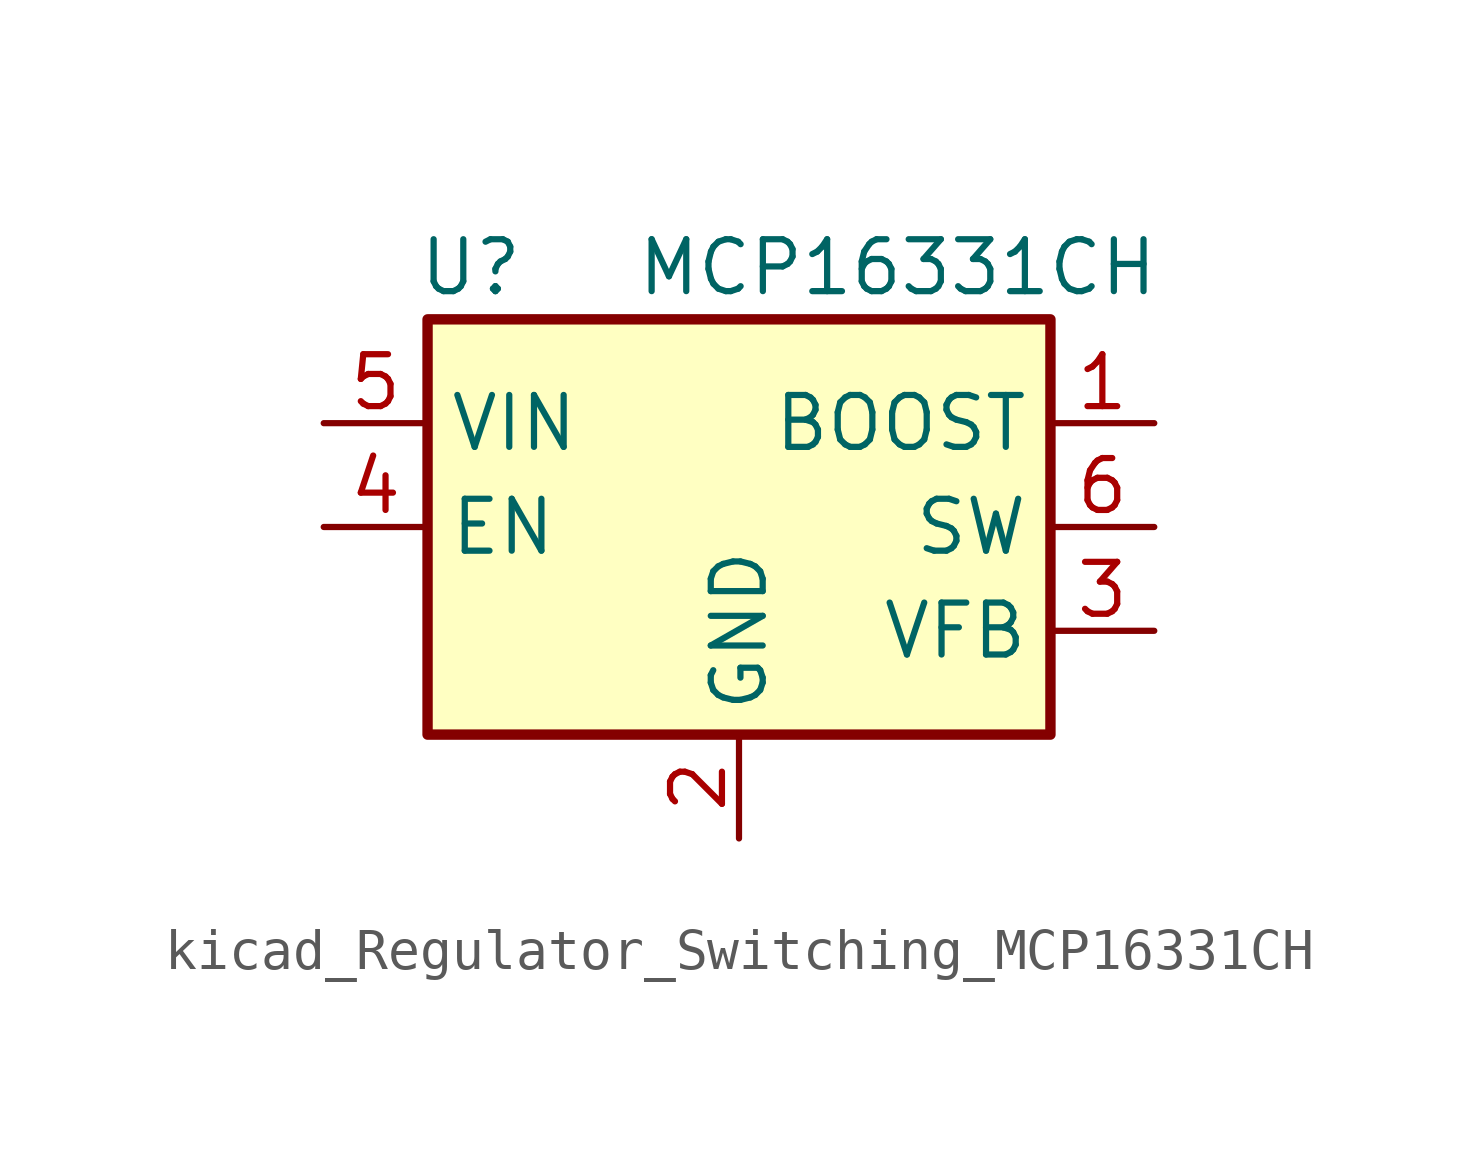
<source format=kicad_sym>
(kicad_symbol_lib
  (version 20220914)
  (generator kicad_symbol_editor)
  (symbol "kicad_Regulator_Switching_MCP16331CH"
    (property "Reference" "U"
      (at -7.874 6.35 0)
      (effects (font (size 1.27 1.27)) (justify left)))
    (property "Value" "MCP16331CH"
      (at -2.54 6.35 0)
      (effects (font (size 1.27 1.27)) (justify left)))
    (symbol "kicad_Regulator_Switching_MCP16331CH_0_1"
      (rectangle (start -7.62 5.08) (end 7.62 -5.08) (stroke (width 0.254) (type default)) (fill (type background))))
    (symbol "kicad_Regulator_Switching_MCP16331CH_1_1"
      (pin input line (at 10.16 2.54 180) (length 2.54) (name "BOOST" (effects (font (size 1.27 1.27)))) (number "1" (effects (font (size 1.27 1.27)))))
      (pin power_in line (at 0 -7.62 90) (length 2.54) (name "GND" (effects (font (size 1.27 1.27)))) (number "2" (effects (font (size 1.27 1.27)))))
      (pin input line (at 10.16 -2.54 180) (length 2.54) (name "VFB" (effects (font (size 1.27 1.27)))) (number "3" (effects (font (size 1.27 1.27)))))
      (pin input line (at -10.16 0 0) (length 2.54) (name "EN" (effects (font (size 1.27 1.27)))) (number "4" (effects (font (size 1.27 1.27)))))
      (pin power_in line (at -10.16 2.54 0) (length 2.54) (name "VIN" (effects (font (size 1.27 1.27)))) (number "5" (effects (font (size 1.27 1.27)))))
      (pin output line (at 10.16 0 180) (length 2.54) (name "SW" (effects (font (size 1.27 1.27)))) (number "6" (effects (font (size 1.27 1.27))))))))
</source>
